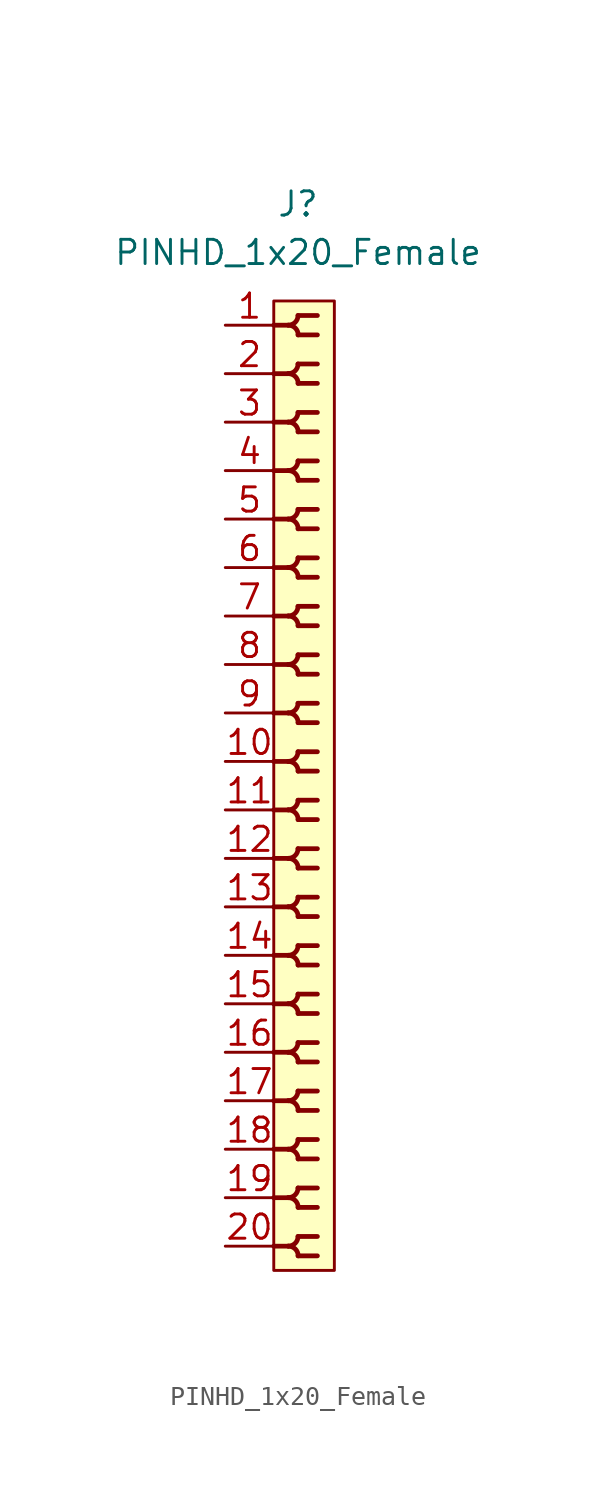
<source format=kicad_sym>
(kicad_symbol_lib
  (version 20211014)
  (generator kicad_symbol_editor)
  (symbol "PINHD_1x20_Female"
    (property "Reference" "J"
      (at 0 30.48 0)
      (effects (font (size 1.27 1.27))))
    (property "Value" "PINHD_1x20_Female"
      (at 0 27.94 0)
      (effects (font (size 1.27 1.27))))
    (symbol "PINHD_1x20_Female_0_1"
      (rectangle (start -1.27 25.4) (end 1.905 -25.4) (stroke (width 0) (type default) (color 0 0 0 0)) (fill (type background)))
      (arc (start -0.508 -24.13) (mid 0.3592 -24.4892) (end 0 -23.622) (stroke (width 0.25) (type default) (color 0 0 0 0)) (fill (type none)))
      (arc (start -0.508 -21.59) (mid 0.3592 -21.9492) (end 0 -21.082) (stroke (width 0.25) (type default) (color 0 0 0 0)) (fill (type none)))
      (arc (start -0.508 -19.05) (mid 0.3592 -19.4092) (end 0 -18.542) (stroke (width 0.25) (type default) (color 0 0 0 0)) (fill (type none)))
      (arc (start -0.508 -16.51) (mid 0.3592 -16.8692) (end 0 -16.002) (stroke (width 0.25) (type default) (color 0 0 0 0)) (fill (type none)))
      (arc (start -0.508 -13.97) (mid 0.3592 -14.3292) (end 0 -13.462) (stroke (width 0.25) (type default) (color 0 0 0 0)) (fill (type none)))
      (arc (start -0.508 -11.43) (mid 0.3592 -11.7892) (end 0 -10.922) (stroke (width 0.25) (type default) (color 0 0 0 0)) (fill (type none)))
      (arc (start -0.508 -8.89) (mid 0.3592 -9.2492) (end 0 -8.382) (stroke (width 0.25) (type default) (color 0 0 0 0)) (fill (type none)))
      (arc (start -0.508 -6.35) (mid 0.3592 -6.7092) (end 0 -5.842) (stroke (width 0.25) (type default) (color 0 0 0 0)) (fill (type none)))
      (arc (start -0.508 -3.81) (mid 0.3592 -4.1692) (end 0 -3.302) (stroke (width 0.25) (type default) (color 0 0 0 0)) (fill (type none)))
      (arc (start -0.508 -1.27) (mid 0.3592 -1.6292) (end 0 -0.762) (stroke (width 0.25) (type default) (color 0 0 0 0)) (fill (type none)))
      (arc (start -0.508 1.27) (mid 0.3592 0.9108) (end 0 1.778) (stroke (width 0.25) (type default) (color 0 0 0 0)) (fill (type none)))
      (arc (start -0.508 3.81) (mid 0.3592 3.4508) (end 0 4.318) (stroke (width 0.25) (type default) (color 0 0 0 0)) (fill (type none)))
      (arc (start -0.508 6.35) (mid 0.3592 5.9908) (end 0 6.858) (stroke (width 0.25) (type default) (color 0 0 0 0)) (fill (type none)))
      (arc (start -0.508 8.89) (mid 0.3592 8.5308) (end 0 9.398) (stroke (width 0.25) (type default) (color 0 0 0 0)) (fill (type none)))
      (arc (start -0.508 11.43) (mid 0.3592 11.0708) (end 0 11.938) (stroke (width 0.25) (type default) (color 0 0 0 0)) (fill (type none)))
      (arc (start -0.508 13.97) (mid 0.3592 13.6108) (end 0 14.478) (stroke (width 0.25) (type default) (color 0 0 0 0)) (fill (type none)))
      (arc (start -0.508 16.51) (mid 0.3592 16.1508) (end 0 17.018) (stroke (width 0.25) (type default) (color 0 0 0 0)) (fill (type none)))
      (arc (start -0.508 19.05) (mid 0.3592 18.6908) (end 0 19.558) (stroke (width 0.25) (type default) (color 0 0 0 0)) (fill (type none)))
      (arc (start -0.508 21.59) (mid 0.3592 21.2308) (end 0 22.098) (stroke (width 0.25) (type default) (color 0 0 0 0)) (fill (type none)))
      (arc (start -0.508 24.13) (mid 0.3592 23.7708) (end 0 24.638) (stroke (width 0.25) (type default) (color 0 0 0 0)) (fill (type none)))
      (arc (start 0 -24.638) (mid 0.3592 -23.7708) (end -0.508 -24.13) (stroke (width 0.25) (type default) (color 0 0 0 0)) (fill (type none)))
      (arc (start 0 -22.098) (mid 0.3592 -21.2308) (end -0.508 -21.59) (stroke (width 0.25) (type default) (color 0 0 0 0)) (fill (type none)))
      (arc (start 0 -19.558) (mid 0.3592 -18.6908) (end -0.508 -19.05) (stroke (width 0.25) (type default) (color 0 0 0 0)) (fill (type none)))
      (arc (start 0 -17.018) (mid 0.3592 -16.1508) (end -0.508 -16.51) (stroke (width 0.25) (type default) (color 0 0 0 0)) (fill (type none)))
      (arc (start 0 -14.478) (mid 0.3592 -13.6108) (end -0.508 -13.97) (stroke (width 0.25) (type default) (color 0 0 0 0)) (fill (type none)))
      (arc (start 0 -11.938) (mid 0.3592 -11.0708) (end -0.508 -11.43) (stroke (width 0.25) (type default) (color 0 0 0 0)) (fill (type none)))
      (arc (start 0 -9.398) (mid 0.3592 -8.5308) (end -0.508 -8.89) (stroke (width 0.25) (type default) (color 0 0 0 0)) (fill (type none)))
      (arc (start 0 -6.858) (mid 0.3592 -5.9908) (end -0.508 -6.35) (stroke (width 0.25) (type default) (color 0 0 0 0)) (fill (type none)))
      (arc (start 0 -4.318) (mid 0.3592 -3.4508) (end -0.508 -3.81) (stroke (width 0.25) (type default) (color 0 0 0 0)) (fill (type none)))
      (arc (start 0 -1.778) (mid 0.3592 -0.9108) (end -0.508 -1.27) (stroke (width 0.25) (type default) (color 0 0 0 0)) (fill (type none)))
      (polyline (pts (xy -1.27 -24.13) (xy -0.508 -24.13)) (stroke (width 0.25) (type default) (color 0 0 0 0)) (fill (type none)))
      (polyline (pts (xy -1.27 -21.59) (xy -0.508 -21.59)) (stroke (width 0.25) (type default) (color 0 0 0 0)) (fill (type none)))
      (polyline (pts (xy -1.27 -19.05) (xy -0.508 -19.05)) (stroke (width 0.25) (type default) (color 0 0 0 0)) (fill (type none)))
      (polyline (pts (xy -1.27 -16.51) (xy -0.508 -16.51)) (stroke (width 0.25) (type default) (color 0 0 0 0)) (fill (type none)))
      (polyline (pts (xy -1.27 -13.97) (xy -0.508 -13.97)) (stroke (width 0.25) (type default) (color 0 0 0 0)) (fill (type none)))
      (polyline (pts (xy -1.27 -11.43) (xy -0.508 -11.43)) (stroke (width 0.25) (type default) (color 0 0 0 0)) (fill (type none)))
      (polyline (pts (xy -1.27 -8.89) (xy -0.508 -8.89)) (stroke (width 0.25) (type default) (color 0 0 0 0)) (fill (type none)))
      (polyline (pts (xy -1.27 -6.35) (xy -0.508 -6.35)) (stroke (width 0.25) (type default) (color 0 0 0 0)) (fill (type none)))
      (polyline (pts (xy -1.27 -3.81) (xy -0.508 -3.81)) (stroke (width 0.25) (type default) (color 0 0 0 0)) (fill (type none)))
      (polyline (pts (xy -1.27 -1.27) (xy -0.508 -1.27)) (stroke (width 0.25) (type default) (color 0 0 0 0)) (fill (type none)))
      (polyline (pts (xy -1.27 1.27) (xy -0.508 1.27)) (stroke (width 0.25) (type default) (color 0 0 0 0)) (fill (type none)))
      (polyline (pts (xy -1.27 3.81) (xy -0.508 3.81)) (stroke (width 0.25) (type default) (color 0 0 0 0)) (fill (type none)))
      (polyline (pts (xy -1.27 6.35) (xy -0.508 6.35)) (stroke (width 0.25) (type default) (color 0 0 0 0)) (fill (type none)))
      (polyline (pts (xy -1.27 8.89) (xy -0.508 8.89)) (stroke (width 0.25) (type default) (color 0 0 0 0)) (fill (type none)))
      (polyline (pts (xy -1.27 11.43) (xy -0.508 11.43)) (stroke (width 0.25) (type default) (color 0 0 0 0)) (fill (type none)))
      (polyline (pts (xy -1.27 13.97) (xy -0.508 13.97)) (stroke (width 0.25) (type default) (color 0 0 0 0)) (fill (type none)))
      (polyline (pts (xy -1.27 16.51) (xy -0.508 16.51)) (stroke (width 0.25) (type default) (color 0 0 0 0)) (fill (type none)))
      (polyline (pts (xy -1.27 19.05) (xy -0.508 19.05)) (stroke (width 0.25) (type default) (color 0 0 0 0)) (fill (type none)))
      (polyline (pts (xy -1.27 21.59) (xy -0.508 21.59)) (stroke (width 0.25) (type default) (color 0 0 0 0)) (fill (type none)))
      (polyline (pts (xy -1.27 24.13) (xy -0.508 24.13)) (stroke (width 0.25) (type default) (color 0 0 0 0)) (fill (type none)))
      (polyline (pts (xy 0 -24.638) (xy 1.016 -24.638)) (stroke (width 0.25) (type default) (color 0 0 0 0)) (fill (type none)))
      (polyline (pts (xy 0 -23.622) (xy 1.016 -23.622)) (stroke (width 0.25) (type default) (color 0 0 0 0)) (fill (type none)))
      (polyline (pts (xy 0 -22.098) (xy 1.016 -22.098)) (stroke (width 0.25) (type default) (color 0 0 0 0)) (fill (type none)))
      (polyline (pts (xy 0 -21.082) (xy 1.016 -21.082)) (stroke (width 0.25) (type default) (color 0 0 0 0)) (fill (type none)))
      (polyline (pts (xy 0 -19.558) (xy 1.016 -19.558)) (stroke (width 0.25) (type default) (color 0 0 0 0)) (fill (type none)))
      (polyline (pts (xy 0 -18.542) (xy 1.016 -18.542)) (stroke (width 0.25) (type default) (color 0 0 0 0)) (fill (type none)))
      (polyline (pts (xy 0 -17.018) (xy 1.016 -17.018)) (stroke (width 0.25) (type default) (color 0 0 0 0)) (fill (type none)))
      (polyline (pts (xy 0 -16.002) (xy 1.016 -16.002)) (stroke (width 0.25) (type default) (color 0 0 0 0)) (fill (type none)))
      (polyline (pts (xy 0 -14.478) (xy 1.016 -14.478)) (stroke (width 0.25) (type default) (color 0 0 0 0)) (fill (type none)))
      (polyline (pts (xy 0 -13.462) (xy 1.016 -13.462)) (stroke (width 0.25) (type default) (color 0 0 0 0)) (fill (type none)))
      (polyline (pts (xy 0 -11.938) (xy 1.016 -11.938)) (stroke (width 0.25) (type default) (color 0 0 0 0)) (fill (type none)))
      (polyline (pts (xy 0 -10.922) (xy 1.016 -10.922)) (stroke (width 0.25) (type default) (color 0 0 0 0)) (fill (type none)))
      (polyline (pts (xy 0 -9.398) (xy 1.016 -9.398)) (stroke (width 0.25) (type default) (color 0 0 0 0)) (fill (type none)))
      (polyline (pts (xy 0 -8.382) (xy 1.016 -8.382)) (stroke (width 0.25) (type default) (color 0 0 0 0)) (fill (type none)))
      (polyline (pts (xy 0 -6.858) (xy 1.016 -6.858)) (stroke (width 0.25) (type default) (color 0 0 0 0)) (fill (type none)))
      (polyline (pts (xy 0 -5.842) (xy 1.016 -5.842)) (stroke (width 0.25) (type default) (color 0 0 0 0)) (fill (type none)))
      (polyline (pts (xy 0 -4.318) (xy 1.016 -4.318)) (stroke (width 0.25) (type default) (color 0 0 0 0)) (fill (type none)))
      (polyline (pts (xy 0 -3.302) (xy 1.016 -3.302)) (stroke (width 0.25) (type default) (color 0 0 0 0)) (fill (type none)))
      (polyline (pts (xy 0 -1.778) (xy 1.016 -1.778)) (stroke (width 0.25) (type default) (color 0 0 0 0)) (fill (type none)))
      (polyline (pts (xy 0 -0.762) (xy 1.016 -0.762)) (stroke (width 0.25) (type default) (color 0 0 0 0)) (fill (type none)))
      (polyline (pts (xy 0 0.762) (xy 1.016 0.762)) (stroke (width 0.25) (type default) (color 0 0 0 0)) (fill (type none)))
      (polyline (pts (xy 0 1.778) (xy 1.016 1.778)) (stroke (width 0.25) (type default) (color 0 0 0 0)) (fill (type none)))
      (polyline (pts (xy 0 3.302) (xy 1.016 3.302)) (stroke (width 0.25) (type default) (color 0 0 0 0)) (fill (type none)))
      (polyline (pts (xy 0 4.318) (xy 1.016 4.318)) (stroke (width 0.25) (type default) (color 0 0 0 0)) (fill (type none)))
      (polyline (pts (xy 0 5.842) (xy 1.016 5.842)) (stroke (width 0.25) (type default) (color 0 0 0 0)) (fill (type none)))
      (polyline (pts (xy 0 6.858) (xy 1.016 6.858)) (stroke (width 0.25) (type default) (color 0 0 0 0)) (fill (type none)))
      (polyline (pts (xy 0 8.382) (xy 1.016 8.382)) (stroke (width 0.25) (type default) (color 0 0 0 0)) (fill (type none)))
      (polyline (pts (xy 0 9.398) (xy 1.016 9.398)) (stroke (width 0.25) (type default) (color 0 0 0 0)) (fill (type none)))
      (polyline (pts (xy 0 10.922) (xy 1.016 10.922)) (stroke (width 0.25) (type default) (color 0 0 0 0)) (fill (type none)))
      (polyline (pts (xy 0 11.938) (xy 1.016 11.938)) (stroke (width 0.25) (type default) (color 0 0 0 0)) (fill (type none)))
      (polyline (pts (xy 0 13.462) (xy 1.016 13.462)) (stroke (width 0.25) (type default) (color 0 0 0 0)) (fill (type none)))
      (polyline (pts (xy 0 14.478) (xy 1.016 14.478)) (stroke (width 0.25) (type default) (color 0 0 0 0)) (fill (type none)))
      (polyline (pts (xy 0 16.002) (xy 1.016 16.002)) (stroke (width 0.25) (type default) (color 0 0 0 0)) (fill (type none)))
      (polyline (pts (xy 0 17.018) (xy 1.016 17.018)) (stroke (width 0.25) (type default) (color 0 0 0 0)) (fill (type none)))
      (polyline (pts (xy 0 18.542) (xy 1.016 18.542)) (stroke (width 0.25) (type default) (color 0 0 0 0)) (fill (type none)))
      (polyline (pts (xy 0 19.558) (xy 1.016 19.558)) (stroke (width 0.25) (type default) (color 0 0 0 0)) (fill (type none)))
      (polyline (pts (xy 0 21.082) (xy 1.016 21.082)) (stroke (width 0.25) (type default) (color 0 0 0 0)) (fill (type none)))
      (polyline (pts (xy 0 22.098) (xy 1.016 22.098)) (stroke (width 0.25) (type default) (color 0 0 0 0)) (fill (type none)))
      (polyline (pts (xy 0 23.622) (xy 1.016 23.622)) (stroke (width 0.25) (type default) (color 0 0 0 0)) (fill (type none)))
      (polyline (pts (xy 0 24.638) (xy 1.016 24.638)) (stroke (width 0.25) (type default) (color 0 0 0 0)) (fill (type none)))
      (arc (start 0 0.762) (mid 0.3592 1.6292) (end -0.508 1.27) (stroke (width 0.25) (type default) (color 0 0 0 0)) (fill (type none)))
      (arc (start 0 3.302) (mid 0.3592 4.1692) (end -0.508 3.81) (stroke (width 0.25) (type default) (color 0 0 0 0)) (fill (type none)))
      (arc (start 0 5.842) (mid 0.3592 6.7092) (end -0.508 6.35) (stroke (width 0.25) (type default) (color 0 0 0 0)) (fill (type none)))
      (arc (start 0 8.382) (mid 0.3592 9.2492) (end -0.508 8.89) (stroke (width 0.25) (type default) (color 0 0 0 0)) (fill (type none)))
      (arc (start 0 10.922) (mid 0.3592 11.7892) (end -0.508 11.43) (stroke (width 0.25) (type default) (color 0 0 0 0)) (fill (type none)))
      (arc (start 0 13.462) (mid 0.3592 14.3292) (end -0.508 13.97) (stroke (width 0.25) (type default) (color 0 0 0 0)) (fill (type none)))
      (arc (start 0 16.002) (mid 0.3592 16.8692) (end -0.508 16.51) (stroke (width 0.25) (type default) (color 0 0 0 0)) (fill (type none)))
      (arc (start 0 18.542) (mid 0.3592 19.4092) (end -0.508 19.05) (stroke (width 0.25) (type default) (color 0 0 0 0)) (fill (type none)))
      (arc (start 0 21.082) (mid 0.3592 21.9492) (end -0.508 21.59) (stroke (width 0.25) (type default) (color 0 0 0 0)) (fill (type none)))
      (arc (start 0 23.622) (mid 0.3592 24.4892) (end -0.508 24.13) (stroke (width 0.25) (type default) (color 0 0 0 0)) (fill (type none))))
    (symbol "PINHD_1x20_Female_1_1"
      (pin passive line (at -3.81 24.13 0) (length 2.54) (name "" (effects (font (size 1.27 1.27)))) (number "1" (effects (font (size 1.27 1.27)))))
      (pin passive line (at -3.81 1.27 0) (length 2.54) (name "" (effects (font (size 1.27 1.27)))) (number "10" (effects (font (size 1.27 1.27)))))
      (pin passive line (at -3.81 -1.27 0) (length 2.54) (name "" (effects (font (size 1.27 1.27)))) (number "11" (effects (font (size 1.27 1.27)))))
      (pin passive line (at -3.81 -3.81 0) (length 2.54) (name "" (effects (font (size 1.27 1.27)))) (number "12" (effects (font (size 1.27 1.27)))))
      (pin passive line (at -3.81 -6.35 0) (length 2.54) (name "" (effects (font (size 1.27 1.27)))) (number "13" (effects (font (size 1.27 1.27)))))
      (pin passive line (at -3.81 -8.89 0) (length 2.54) (name "" (effects (font (size 1.27 1.27)))) (number "14" (effects (font (size 1.27 1.27)))))
      (pin passive line (at -3.81 -11.43 0) (length 2.54) (name "" (effects (font (size 1.27 1.27)))) (number "15" (effects (font (size 1.27 1.27)))))
      (pin passive line (at -3.81 -13.97 0) (length 2.54) (name "" (effects (font (size 1.27 1.27)))) (number "16" (effects (font (size 1.27 1.27)))))
      (pin passive line (at -3.81 -16.51 0) (length 2.54) (name "" (effects (font (size 1.27 1.27)))) (number "17" (effects (font (size 1.27 1.27)))))
      (pin passive line (at -3.81 -19.05 0) (length 2.54) (name "" (effects (font (size 1.27 1.27)))) (number "18" (effects (font (size 1.27 1.27)))))
      (pin passive line (at -3.81 -21.59 0) (length 2.54) (name "" (effects (font (size 1.27 1.27)))) (number "19" (effects (font (size 1.27 1.27)))))
      (pin passive line (at -3.81 21.59 0) (length 2.54) (name "" (effects (font (size 1.27 1.27)))) (number "2" (effects (font (size 1.27 1.27)))))
      (pin passive line (at -3.81 -24.13 0) (length 2.54) (name "" (effects (font (size 1.27 1.27)))) (number "20" (effects (font (size 1.27 1.27)))))
      (pin passive line (at -3.81 19.05 0) (length 2.54) (name "" (effects (font (size 1.27 1.27)))) (number "3" (effects (font (size 1.27 1.27)))))
      (pin passive line (at -3.81 16.51 0) (length 2.54) (name "" (effects (font (size 1.27 1.27)))) (number "4" (effects (font (size 1.27 1.27)))))
      (pin passive line (at -3.81 13.97 0) (length 2.54) (name "" (effects (font (size 1.27 1.27)))) (number "5" (effects (font (size 1.27 1.27)))))
      (pin passive line (at -3.81 11.43 0) (length 2.54) (name "" (effects (font (size 1.27 1.27)))) (number "6" (effects (font (size 1.27 1.27)))))
      (pin passive line (at -3.81 8.89 0) (length 2.54) (name "" (effects (font (size 1.27 1.27)))) (number "7" (effects (font (size 1.27 1.27)))))
      (pin passive line (at -3.81 6.35 0) (length 2.54) (name "" (effects (font (size 1.27 1.27)))) (number "8" (effects (font (size 1.27 1.27)))))
      (pin passive line (at -3.81 3.81 0) (length 2.54) (name "" (effects (font (size 1.27 1.27)))) (number "9" (effects (font (size 1.27 1.27))))))))
</source>
